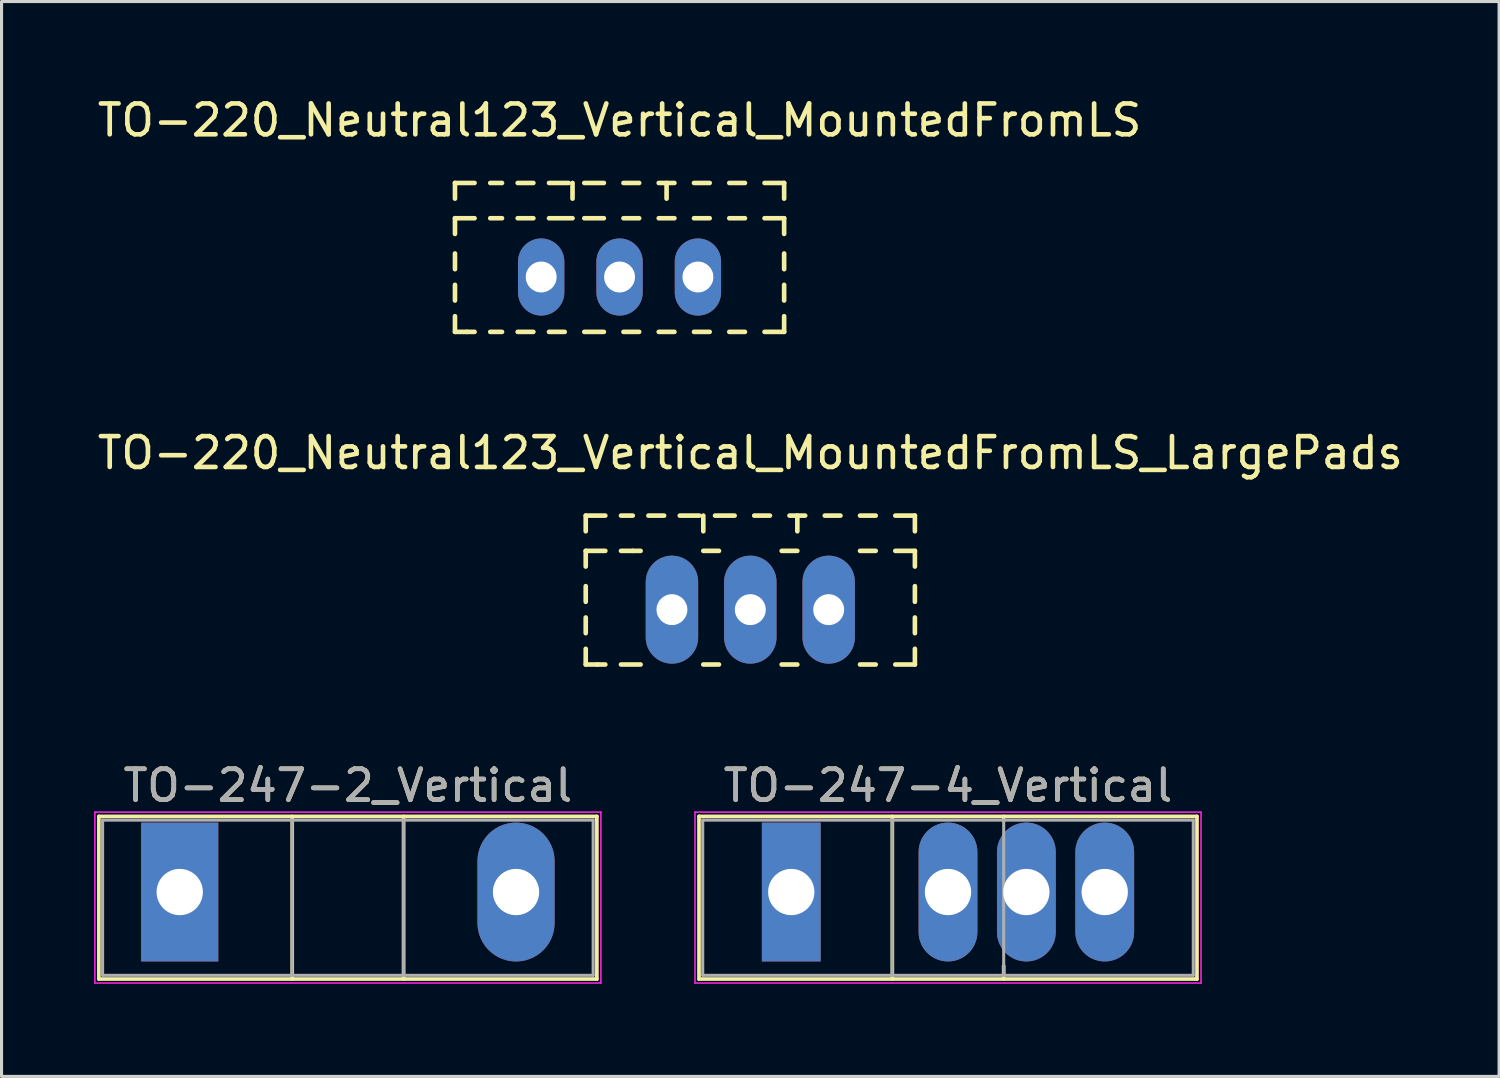
<source format=kicad_pcb>
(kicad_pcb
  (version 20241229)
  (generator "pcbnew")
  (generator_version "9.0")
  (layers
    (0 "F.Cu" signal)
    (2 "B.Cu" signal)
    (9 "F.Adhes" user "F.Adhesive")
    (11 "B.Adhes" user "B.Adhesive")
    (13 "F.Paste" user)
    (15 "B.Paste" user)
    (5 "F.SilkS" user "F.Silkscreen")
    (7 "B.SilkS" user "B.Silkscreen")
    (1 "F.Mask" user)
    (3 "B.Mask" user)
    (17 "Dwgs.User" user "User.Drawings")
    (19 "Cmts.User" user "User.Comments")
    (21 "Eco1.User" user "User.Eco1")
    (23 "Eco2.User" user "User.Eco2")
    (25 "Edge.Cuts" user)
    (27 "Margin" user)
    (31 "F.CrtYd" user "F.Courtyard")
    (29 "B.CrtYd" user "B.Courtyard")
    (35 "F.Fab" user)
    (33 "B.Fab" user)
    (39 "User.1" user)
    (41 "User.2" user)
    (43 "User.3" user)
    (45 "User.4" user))
  (footprint "TO-247-4_Vertical"
    (layer "F.Cu")
    (at 22.595 25.861)
    (property "Reference" "TO-247-4_Vertical" (at 5.08 -3.45 0) (layer "F.SilkS") (effects (font (size 1 1) (thickness 0.15))))
    (attr through_hole)
    (fp_line (start -2.99 -2.451) (end -2.99 2.82) (stroke (width 0.12) (type solid)) (layer "F.SilkS"))
    (fp_line (start -2.99 -2.451) (end 13.15 -2.451) (stroke (width 0.12) (type solid)) (layer "F.SilkS"))
    (fp_line (start -2.99 2.82) (end 13.15 2.82) (stroke (width 0.12) (type solid)) (layer "F.SilkS"))
    (fp_line (start 3.276 -2.451) (end 3.276 2.82) (stroke (width 0.12) (type solid)) (layer "F.SilkS"))
    (fp_line (start 6.885 -2.451) (end 6.885 -2.4) (stroke (width 0.12) (type solid)) (layer "F.SilkS"))
    (fp_line (start 6.885 2.4) (end 6.885 2.82) (stroke (width 0.12) (type solid)) (layer "F.SilkS"))
    (fp_line (start 13.15 -2.451) (end 13.15 2.82) (stroke (width 0.12) (type solid)) (layer "F.SilkS"))
    (fp_line (start -3.12 -2.59) (end -3.12 2.95) (stroke (width 0.05) (type solid)) (layer "F.CrtYd"))
    (fp_line (start -3.12 2.95) (end 13.28 2.95) (stroke (width 0.05) (type solid)) (layer "F.CrtYd"))
    (fp_line (start 13.28 -2.59) (end -3.12 -2.59) (stroke (width 0.05) (type solid)) (layer "F.CrtYd"))
    (fp_line (start 13.28 2.95) (end 13.28 -2.59) (stroke (width 0.05) (type solid)) (layer "F.CrtYd"))
    (fp_line (start -2.87 -2.33) (end -2.87 2.7) (stroke (width 0.1) (type solid)) (layer "F.Fab"))
    (fp_line (start -2.87 2.7) (end 13.03 2.7) (stroke (width 0.1) (type solid)) (layer "F.Fab"))
    (fp_line (start 3.275 -2.33) (end 3.275 2.7) (stroke (width 0.1) (type solid)) (layer "F.Fab"))
    (fp_line (start 6.885 -2.33) (end 6.885 2.7) (stroke (width 0.1) (type solid)) (layer "F.Fab"))
    (fp_line (start 13.03 -2.33) (end -2.87 -2.33) (stroke (width 0.1) (type solid)) (layer "F.Fab"))
    (fp_line (start 13.03 2.7) (end 13.03 -2.33) (stroke (width 0.1) (type solid)) (layer "F.Fab"))
    (fp_text user "${REFERENCE}" (at 5.08 -3.45 0) (layer "F.Fab") (effects (font (size 1 1) (thickness 0.15))))
    (pad "1" thru_hole rect (at 0 0) (size 1.905 4.5) (drill 1.5) (layers "*.Cu" "*.Mask"))
    (pad "2" thru_hole oval (at 5.08 0) (size 1.905 4.5) (drill 1.5) (layers "*.Cu" "*.Mask"))
    (pad "3" thru_hole oval (at 7.62 0) (size 1.905 4.5) (drill 1.5) (layers "*.Cu" "*.Mask"))
    (pad "4" thru_hole oval (at 10.16 0) (size 1.905 4.5) (drill 1.5) (layers "*.Cu" "*.Mask")))
  (footprint "TO-247-2_Vertical"
    (layer "F.Cu")
    (at 2.775 25.861)
    (property "Reference" "TO-247-2_Vertical" (at 5.45 -3.45 0) (layer "F.SilkS") (effects (font (size 1 1) (thickness 0.15))))
    (attr through_hole)
    (fp_line (start -2.62 -2.451) (end -2.62 2.82) (stroke (width 0.12) (type solid)) (layer "F.SilkS"))
    (fp_line (start -2.62 -2.451) (end 13.52 -2.451) (stroke (width 0.12) (type solid)) (layer "F.SilkS"))
    (fp_line (start -2.62 2.82) (end 13.52 2.82) (stroke (width 0.12) (type solid)) (layer "F.SilkS"))
    (fp_line (start 3.646 -2.451) (end 3.646 2.82) (stroke (width 0.12) (type solid)) (layer "F.SilkS"))
    (fp_line (start 7.255 -2.451) (end 7.255 2.82) (stroke (width 0.12) (type solid)) (layer "F.SilkS"))
    (fp_line (start 13.52 -2.451) (end 13.52 2.82) (stroke (width 0.12) (type solid)) (layer "F.SilkS"))
    (fp_line (start -2.75 -2.59) (end -2.75 2.95) (stroke (width 0.05) (type solid)) (layer "F.CrtYd"))
    (fp_line (start -2.75 2.95) (end 13.65 2.95) (stroke (width 0.05) (type solid)) (layer "F.CrtYd"))
    (fp_line (start 13.65 -2.59) (end -2.75 -2.59) (stroke (width 0.05) (type solid)) (layer "F.CrtYd"))
    (fp_line (start 13.65 2.95) (end 13.65 -2.59) (stroke (width 0.05) (type solid)) (layer "F.CrtYd"))
    (fp_line (start -2.5 -2.33) (end -2.5 2.7) (stroke (width 0.1) (type solid)) (layer "F.Fab"))
    (fp_line (start -2.5 2.7) (end 13.4 2.7) (stroke (width 0.1) (type solid)) (layer "F.Fab"))
    (fp_line (start 3.645 -2.33) (end 3.645 2.7) (stroke (width 0.1) (type solid)) (layer "F.Fab"))
    (fp_line (start 7.255 -2.33) (end 7.255 2.7) (stroke (width 0.1) (type solid)) (layer "F.Fab"))
    (fp_line (start 13.4 -2.33) (end -2.5 -2.33) (stroke (width 0.1) (type solid)) (layer "F.Fab"))
    (fp_line (start 13.4 2.7) (end 13.4 -2.33) (stroke (width 0.1) (type solid)) (layer "F.Fab"))
    (fp_text user "${REFERENCE}" (at 5.45 -3.45 0) (layer "F.Fab") (effects (font (size 1 1) (thickness 0.15))))
    (pad "1" thru_hole rect (at 0 0) (size 2.5 4.5) (drill 1.5) (layers "*.Cu" "*.Mask"))
    (pad "2" thru_hole oval (at 10.9 0) (size 2.5 4.5) (drill 1.5) (layers "*.Cu" "*.Mask")))
  (footprint "TO-220_Neutral123_Vertical_MountedFromLS"
    (layer "F.Cu")
    (at 17.03 5.928)
    (property "Reference" "TO-220_Neutral123_Vertical_MountedFromLS" (at 0 -5.08 0) (layer "F.SilkS") (effects (font (size 1 1) (thickness 0.15))))
    (attr through_hole)
    (fp_line (start -5.334 -3.048) (end -4.699 -3.048) (stroke (width 0.15) (type solid)) (layer "F.SilkS"))
    (fp_line (start -5.334 -2.54) (end -5.334 -3.048) (stroke (width 0.15) (type solid)) (layer "F.SilkS"))
    (fp_line (start -5.334 -1.397) (end -5.334 -1.905) (stroke (width 0.15) (type solid)) (layer "F.SilkS"))
    (fp_line (start -5.334 -0.254) (end -5.334 -0.762) (stroke (width 0.15) (type solid)) (layer "F.SilkS"))
    (fp_line (start -5.334 0.762) (end -5.334 0.254) (stroke (width 0.15) (type solid)) (layer "F.SilkS"))
    (fp_line (start -5.334 1.778) (end -5.334 1.27) (stroke (width 0.15) (type solid)) (layer "F.SilkS"))
    (fp_line (start -5.334 1.778) (end -4.953 1.778) (stroke (width 0.15) (type solid)) (layer "F.SilkS"))
    (fp_line (start -4.953 1.778) (end -4.699 1.778) (stroke (width 0.15) (type solid)) (layer "F.SilkS"))
    (fp_line (start -4.699 -1.905) (end -5.334 -1.905) (stroke (width 0.15) (type solid)) (layer "F.SilkS"))
    (fp_line (start -4.191 -3.048) (end -3.81 -3.048) (stroke (width 0.15) (type solid)) (layer "F.SilkS"))
    (fp_line (start -4.191 1.778) (end -3.81 1.778) (stroke (width 0.15) (type solid)) (layer "F.SilkS"))
    (fp_line (start -3.81 -1.905) (end -4.191 -1.905) (stroke (width 0.15) (type solid)) (layer "F.SilkS"))
    (fp_line (start -3.302 -3.048) (end -2.794 -3.048) (stroke (width 0.15) (type solid)) (layer "F.SilkS"))
    (fp_line (start -3.302 1.778) (end -2.794 1.778) (stroke (width 0.15) (type solid)) (layer "F.SilkS"))
    (fp_line (start -2.794 -1.905) (end -3.302 -1.905) (stroke (width 0.15) (type solid)) (layer "F.SilkS"))
    (fp_line (start -2.286 -3.048) (end -1.651 -3.048) (stroke (width 0.15) (type solid)) (layer "F.SilkS"))
    (fp_line (start -2.286 1.778) (end -1.778 1.778) (stroke (width 0.15) (type solid)) (layer "F.SilkS"))
    (fp_line (start -1.524 -3.048) (end -1.524 -2.54) (stroke (width 0.15) (type solid)) (layer "F.SilkS"))
    (fp_line (start -1.524 -1.905) (end -2.286 -1.905) (stroke (width 0.15) (type solid)) (layer "F.SilkS"))
    (fp_line (start -1.143 -3.048) (end -0.508 -3.048) (stroke (width 0.15) (type solid)) (layer "F.SilkS"))
    (fp_line (start -1.143 -1.905) (end -0.508 -1.905) (stroke (width 0.15) (type solid)) (layer "F.SilkS"))
    (fp_line (start -1.143 1.778) (end -0.508 1.778) (stroke (width 0.15) (type solid)) (layer "F.SilkS"))
    (fp_line (start 0.127 -3.048) (end 0.635 -3.048) (stroke (width 0.15) (type solid)) (layer "F.SilkS"))
    (fp_line (start 0.127 -1.905) (end 0.635 -1.905) (stroke (width 0.15) (type solid)) (layer "F.SilkS"))
    (fp_line (start 0.127 1.778) (end 0.635 1.778) (stroke (width 0.15) (type solid)) (layer "F.SilkS"))
    (fp_line (start 1.27 -3.048) (end 1.778 -3.048) (stroke (width 0.15) (type solid)) (layer "F.SilkS"))
    (fp_line (start 1.27 -1.905) (end 1.778 -1.905) (stroke (width 0.15) (type solid)) (layer "F.SilkS"))
    (fp_line (start 1.27 1.778) (end 1.778 1.778) (stroke (width 0.15) (type solid)) (layer "F.SilkS"))
    (fp_line (start 1.524 -3.048) (end 1.524 -2.54) (stroke (width 0.15) (type solid)) (layer "F.SilkS"))
    (fp_line (start 2.413 -3.048) (end 2.921 -3.048) (stroke (width 0.15) (type solid)) (layer "F.SilkS"))
    (fp_line (start 2.413 -1.905) (end 2.921 -1.905) (stroke (width 0.15) (type solid)) (layer "F.SilkS"))
    (fp_line (start 2.413 1.778) (end 2.921 1.778) (stroke (width 0.15) (type solid)) (layer "F.SilkS"))
    (fp_line (start 3.556 -3.048) (end 4.064 -3.048) (stroke (width 0.15) (type solid)) (layer "F.SilkS"))
    (fp_line (start 3.556 -1.905) (end 4.064 -1.905) (stroke (width 0.15) (type solid)) (layer "F.SilkS"))
    (fp_line (start 3.556 1.778) (end 4.064 1.778) (stroke (width 0.15) (type solid)) (layer "F.SilkS"))
    (fp_line (start 4.699 -3.048) (end 5.334 -3.048) (stroke (width 0.15) (type solid)) (layer "F.SilkS"))
    (fp_line (start 4.699 -1.905) (end 5.334 -1.905) (stroke (width 0.15) (type solid)) (layer "F.SilkS"))
    (fp_line (start 4.699 1.778) (end 5.334 1.778) (stroke (width 0.15) (type solid)) (layer "F.SilkS"))
    (fp_line (start 5.334 -3.048) (end 5.334 -2.54) (stroke (width 0.15) (type solid)) (layer "F.SilkS"))
    (fp_line (start 5.334 -1.905) (end 5.334 -1.397) (stroke (width 0.15) (type solid)) (layer "F.SilkS"))
    (fp_line (start 5.334 -0.762) (end 5.334 -0.254) (stroke (width 0.15) (type solid)) (layer "F.SilkS"))
    (fp_line (start 5.334 0.254) (end 5.334 0.762) (stroke (width 0.15) (type solid)) (layer "F.SilkS"))
    (fp_line (start 5.334 1.27) (end 5.334 1.778) (stroke (width 0.15) (type solid)) (layer "F.SilkS"))
    (pad "1" thru_hole oval (at 2.54 0 90) (size 2.499 1.501) (drill 1.001) (layers "*.Cu" "*.Mask"))
    (pad "2" thru_hole oval (at 0 0 90) (size 2.499 1.501) (drill 1.001) (layers "*.Cu" "*.Mask"))
    (pad "3" thru_hole oval (at -2.54 0 90) (size 2.499 1.501) (drill 1.001) (layers "*.Cu" "*.Mask")))
  (footprint "TO-220_Neutral123_Vertical_MountedFromLS_LargePads"
    (layer "F.Cu")
    (at 21.268 16.709)
    (property "Reference" "TO-220_Neutral123_Vertical_MountedFromLS_LargePads" (at 0 -5.08 0) (layer "F.SilkS") (effects (font (size 1 1) (thickness 0.15))))
    (attr through_hole)
    (fp_line (start -5.334 -3.048) (end -4.699 -3.048) (stroke (width 0.15) (type solid)) (layer "F.SilkS"))
    (fp_line (start -5.334 -2.54) (end -5.334 -3.048) (stroke (width 0.15) (type solid)) (layer "F.SilkS"))
    (fp_line (start -5.334 -1.397) (end -5.334 -1.905) (stroke (width 0.15) (type solid)) (layer "F.SilkS"))
    (fp_line (start -5.334 -0.254) (end -5.334 -0.762) (stroke (width 0.15) (type solid)) (layer "F.SilkS"))
    (fp_line (start -5.334 0.762) (end -5.334 0.254) (stroke (width 0.15) (type solid)) (layer "F.SilkS"))
    (fp_line (start -5.334 1.778) (end -5.334 1.27) (stroke (width 0.15) (type solid)) (layer "F.SilkS"))
    (fp_line (start -5.334 1.778) (end -4.953 1.778) (stroke (width 0.15) (type solid)) (layer "F.SilkS"))
    (fp_line (start -4.953 1.778) (end -4.699 1.778) (stroke (width 0.15) (type solid)) (layer "F.SilkS"))
    (fp_line (start -4.699 -1.905) (end -5.334 -1.905) (stroke (width 0.15) (type solid)) (layer "F.SilkS"))
    (fp_line (start -4.191 -3.048) (end -3.81 -3.048) (stroke (width 0.15) (type solid)) (layer "F.SilkS"))
    (fp_line (start -3.81 -1.905) (end -4.191 -1.905) (stroke (width 0.15) (type solid)) (layer "F.SilkS"))
    (fp_line (start -3.81 -1.905) (end -3.556 -1.905) (stroke (width 0.15) (type solid)) (layer "F.SilkS"))
    (fp_line (start -3.556 1.778) (end -4.191 1.778) (stroke (width 0.15) (type solid)) (layer "F.SilkS"))
    (fp_line (start -3.302 -3.048) (end -2.794 -3.048) (stroke (width 0.15) (type solid)) (layer "F.SilkS"))
    (fp_line (start -2.286 -3.048) (end -1.651 -3.048) (stroke (width 0.15) (type solid)) (layer "F.SilkS"))
    (fp_line (start -1.524 -3.048) (end -1.524 -2.54) (stroke (width 0.15) (type solid)) (layer "F.SilkS"))
    (fp_line (start -1.524 -1.905) (end -1.016 -1.905) (stroke (width 0.15) (type solid)) (layer "F.SilkS"))
    (fp_line (start -1.143 -3.048) (end -0.508 -3.048) (stroke (width 0.15) (type solid)) (layer "F.SilkS"))
    (fp_line (start -1.016 1.778) (end -1.524 1.778) (stroke (width 0.15) (type solid)) (layer "F.SilkS"))
    (fp_line (start 0.127 -3.048) (end 0.635 -3.048) (stroke (width 0.15) (type solid)) (layer "F.SilkS"))
    (fp_line (start 1.016 -1.905) (end 1.524 -1.905) (stroke (width 0.15) (type solid)) (layer "F.SilkS"))
    (fp_line (start 1.27 -3.048) (end 1.778 -3.048) (stroke (width 0.15) (type solid)) (layer "F.SilkS"))
    (fp_line (start 1.524 -3.048) (end 1.524 -2.54) (stroke (width 0.15) (type solid)) (layer "F.SilkS"))
    (fp_line (start 1.524 1.778) (end 1.016 1.778) (stroke (width 0.15) (type solid)) (layer "F.SilkS"))
    (fp_line (start 2.413 -3.048) (end 2.921 -3.048) (stroke (width 0.15) (type solid)) (layer "F.SilkS"))
    (fp_line (start 3.556 -3.048) (end 4.064 -3.048) (stroke (width 0.15) (type solid)) (layer "F.SilkS"))
    (fp_line (start 3.556 -1.905) (end 4.064 -1.905) (stroke (width 0.15) (type solid)) (layer "F.SilkS"))
    (fp_line (start 3.556 1.778) (end 4.064 1.778) (stroke (width 0.15) (type solid)) (layer "F.SilkS"))
    (fp_line (start 4.699 -3.048) (end 5.334 -3.048) (stroke (width 0.15) (type solid)) (layer "F.SilkS"))
    (fp_line (start 4.699 -1.905) (end 5.334 -1.905) (stroke (width 0.15) (type solid)) (layer "F.SilkS"))
    (fp_line (start 4.699 1.778) (end 5.334 1.778) (stroke (width 0.15) (type solid)) (layer "F.SilkS"))
    (fp_line (start 5.334 -3.048) (end 5.334 -2.54) (stroke (width 0.15) (type solid)) (layer "F.SilkS"))
    (fp_line (start 5.334 -1.905) (end 5.334 -1.397) (stroke (width 0.15) (type solid)) (layer "F.SilkS"))
    (fp_line (start 5.334 -0.762) (end 5.334 -0.254) (stroke (width 0.15) (type solid)) (layer "F.SilkS"))
    (fp_line (start 5.334 0.254) (end 5.334 0.762) (stroke (width 0.15) (type solid)) (layer "F.SilkS"))
    (fp_line (start 5.334 1.27) (end 5.334 1.778) (stroke (width 0.15) (type solid)) (layer "F.SilkS"))
    (pad "1" thru_hole oval (at 2.54 0 90) (size 3.5 1.699) (drill 1.001) (layers "*.Cu" "*.Mask"))
    (pad "2" thru_hole oval (at 0 0 90) (size 3.5 1.699) (drill 1.001) (layers "*.Cu" "*.Mask"))
    (pad "3" thru_hole oval (at -2.54 0 90) (size 3.5 1.699) (drill 1.001) (layers "*.Cu" "*.Mask")))
  (gr_rect
    (start -3 -3)
    (end 45.536 31.836)
    (stroke (width 0.1) (type default))
    (fill no)
    (layer "Edge.Cuts")))
</source>
